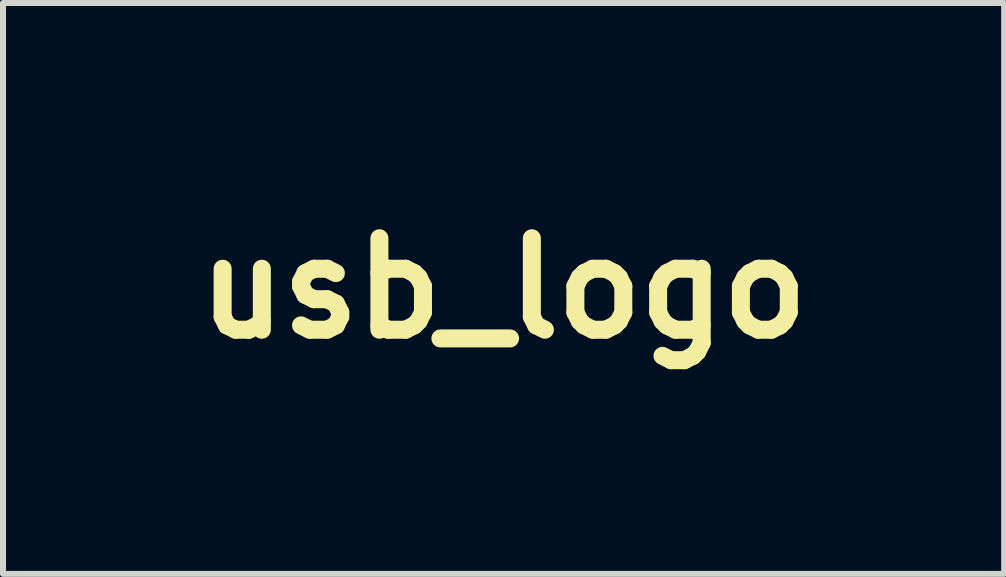
<source format=kicad_pcb>
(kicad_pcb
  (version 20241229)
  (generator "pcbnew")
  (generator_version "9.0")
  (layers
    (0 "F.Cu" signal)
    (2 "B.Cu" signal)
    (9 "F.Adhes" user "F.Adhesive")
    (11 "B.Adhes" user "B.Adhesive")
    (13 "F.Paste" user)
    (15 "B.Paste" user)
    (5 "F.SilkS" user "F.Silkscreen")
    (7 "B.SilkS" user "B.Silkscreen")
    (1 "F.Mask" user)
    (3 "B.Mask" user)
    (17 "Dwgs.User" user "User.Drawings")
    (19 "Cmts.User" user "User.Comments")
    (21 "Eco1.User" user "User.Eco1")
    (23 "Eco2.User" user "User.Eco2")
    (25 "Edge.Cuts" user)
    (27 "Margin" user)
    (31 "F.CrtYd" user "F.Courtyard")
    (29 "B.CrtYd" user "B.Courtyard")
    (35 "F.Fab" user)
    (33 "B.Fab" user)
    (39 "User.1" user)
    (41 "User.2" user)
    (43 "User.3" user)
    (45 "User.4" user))
  (footprint "usb_logo"
    (layer "F.Cu")
    (at 5.341 1.755)
    (property "Reference" "usb_logo" (at 0 0 0) (layer "F.SilkS") (effects (font (size 1.524 1.524) (thickness 0.3))))
    (attr through_hole)
    (fp_poly (pts (xy 1.129 -1.75) (xy 1.155 -1.749) (xy 1.175 -1.748) (xy 1.194 -1.746) (xy 1.213 -1.743) (xy 1.231 -1.739) (xy 1.302 -1.719) (xy 1.368 -1.693) (xy 1.428 -1.66) (xy 1.482 -1.622) (xy 1.529 -1.578) (xy 1.569 -1.53) (xy 1.6 -1.477) (xy 1.623 -1.421) (xy 1.63 -1.391) (xy 1.638 -1.332) (xy 1.636 -1.274) (xy 1.624 -1.217) (xy 1.604 -1.162) (xy 1.574 -1.11) (xy 1.537 -1.061) (xy 1.491 -1.017) (xy 1.438 -0.977) (xy 1.378 -0.943) (xy 1.335 -0.923) (xy 1.269 -0.901) (xy 1.199 -0.887) (xy 1.128 -0.88) (xy 1.056 -0.88) (xy 0.984 -0.888) (xy 0.914 -0.904) (xy 0.884 -0.913) (xy 0.825 -0.937) (xy 0.77 -0.967) (xy 0.718 -1.002) (xy 0.673 -1.042) (xy 0.634 -1.085) (xy 0.604 -1.13) (xy 0.595 -1.147) (xy 0.584 -1.17) (xy 0.086 -1.169) (xy -0.412 -1.168) (xy -0.458 -1.157) (xy -0.516 -1.14) (xy -0.569 -1.12) (xy -0.616 -1.098) (xy -0.622 -1.095) (xy -0.629 -1.091) (xy -0.636 -1.087) (xy -0.645 -1.081) (xy -0.654 -1.074) (xy -0.666 -1.065) (xy -0.68 -1.054) (xy -0.696 -1.041) (xy -0.716 -1.026) (xy -0.738 -1.007) (xy -0.764 -0.986) (xy -0.794 -0.961) (xy -0.829 -0.932) (xy -0.868 -0.899) (xy -0.912 -0.861) (xy -0.962 -0.819) (xy -1.018 -0.773) (xy -1.079 -0.72) (xy -1.147 -0.663) (xy -1.199 -0.619) (xy -1.261 -0.566) (xy -1.321 -0.516) (xy -1.378 -0.467) (xy -1.433 -0.42) (xy -1.485 -0.376) (xy -1.533 -0.335) (xy -1.578 -0.297) (xy -1.618 -0.263) (xy -1.654 -0.233) (xy -1.684 -0.207) (xy -1.709 -0.185) (xy -1.729 -0.169) (xy -1.742 -0.157) (xy -1.748 -0.152) (xy -1.749 -0.151) (xy -1.758 -0.142) (xy 3.825 -0.142) (xy 3.827 -0.322) (xy 3.828 -0.503) (xy 4.367 -0.253) (xy 4.436 -0.221) (xy 4.502 -0.191) (xy 4.566 -0.161) (xy 4.625 -0.133) (xy 4.681 -0.108) (xy 4.732 -0.084) (xy 4.778 -0.063) (xy 4.817 -0.044) (xy 4.851 -0.029) (xy 4.877 -0.016) (xy 4.896 -0.007) (xy 4.907 -0.002) (xy 4.91 -0.001) (xy 4.906 0.002) (xy 4.893 0.008) (xy 4.873 0.017) (xy 4.846 0.03) (xy 4.813 0.046) (xy 4.774 0.065) (xy 4.73 0.085) (xy 4.682 0.108) (xy 4.63 0.132) (xy 4.575 0.158) (xy 4.518 0.185) (xy 4.459 0.212) (xy 4.399 0.24) (xy 4.339 0.268) (xy 4.279 0.296) (xy 4.22 0.324) (xy 4.163 0.35) (xy 4.108 0.376) (xy 4.056 0.4) (xy 4.008 0.422) (xy 3.964 0.442) (xy 3.926 0.46) (xy 3.893 0.475) (xy 3.866 0.488) (xy 3.846 0.496) (xy 3.834 0.502) (xy 3.831 0.503) (xy 3.829 0.499) (xy 3.828 0.488) (xy 3.827 0.468) (xy 3.827 0.442) (xy 3.826 0.409) (xy 3.826 0.369) (xy 3.826 0.325) (xy 3.826 0.146) (xy -0.39 0.146) (xy -0.377 0.158) (xy -0.373 0.162) (xy -0.361 0.172) (xy -0.343 0.188) (xy -0.319 0.208) (xy -0.29 0.233) (xy -0.255 0.262) (xy -0.216 0.296) (xy -0.172 0.333) (xy -0.125 0.373) (xy -0.074 0.417) (xy -0.02 0.463) (xy 0.037 0.511) (xy 0.096 0.561) (xy 0.157 0.613) (xy 0.169 0.623) (xy 0.243 0.685) (xy 0.31 0.742) (xy 0.37 0.793) (xy 0.424 0.839) (xy 0.473 0.88) (xy 0.517 0.917) (xy 0.555 0.949) (xy 0.59 0.978) (xy 0.62 1.002) (xy 0.646 1.024) (xy 0.669 1.042) (xy 0.69 1.058) (xy 0.707 1.071) (xy 0.723 1.082) (xy 0.737 1.091) (xy 0.749 1.099) (xy 0.76 1.105) (xy 0.771 1.111) (xy 0.782 1.115) (xy 0.792 1.12) (xy 0.803 1.124) (xy 0.815 1.129) (xy 0.82 1.131) (xy 0.839 1.138) (xy 0.857 1.144) (xy 0.874 1.15) (xy 0.891 1.154) (xy 0.909 1.159) (xy 0.929 1.162) (xy 0.95 1.165) (xy 0.975 1.168) (xy 1.003 1.169) (xy 1.036 1.171) (xy 1.074 1.172) (xy 1.118 1.173) (xy 1.168 1.173) (xy 1.225 1.174) (xy 1.291 1.174) (xy 1.365 1.174) (xy 1.449 1.173) (xy 1.477 1.173) (xy 1.915 1.172) (xy 1.917 1.025) (xy 1.918 0.879) (xy 3.007 0.879) (xy 3.007 1.753) (xy 1.918 1.753) (xy 1.918 1.462) (xy 1.479 1.462) (xy 1.402 1.461) (xy 1.33 1.461) (xy 1.262 1.461) (xy 1.2 1.461) (xy 1.144 1.46) (xy 1.095 1.46) (xy 1.054 1.459) (xy 1.02 1.459) (xy 0.996 1.458) (xy 0.982 1.457) (xy 0.931 1.452) (xy 0.875 1.443) (xy 0.819 1.431) (xy 0.767 1.418) (xy 0.754 1.414) (xy 0.68 1.389) (xy 0.606 1.358) (xy 0.535 1.324) (xy 0.469 1.286) (xy 0.411 1.247) (xy 0.408 1.245) (xy 0.401 1.24) (xy 0.387 1.228) (xy 0.367 1.212) (xy 0.341 1.19) (xy 0.31 1.164) (xy 0.273 1.133) (xy 0.232 1.098) (xy 0.186 1.06) (xy 0.137 1.018) (xy 0.084 0.973) (xy 0.028 0.926) (xy -0.031 0.876) (xy -0.092 0.824) (xy -0.155 0.771) (xy -0.202 0.731) (xy -0.278 0.667) (xy -0.347 0.608) (xy -0.409 0.555) (xy -0.466 0.508) (xy -0.516 0.465) (xy -0.561 0.427) (xy -0.602 0.393) (xy -0.637 0.363) (xy -0.668 0.337) (xy -0.695 0.315) (xy -0.719 0.296) (xy -0.739 0.279) (xy -0.756 0.266) (xy -0.77 0.254) (xy -0.783 0.245) (xy -0.793 0.237) (xy -0.802 0.231) (xy -0.809 0.226) (xy -0.816 0.222) (xy -0.822 0.219) (xy -0.825 0.218) (xy -0.879 0.193) (xy -0.932 0.174) (xy -0.983 0.159) (xy -1.029 0.148) (xy -2.068 0.147) (xy -3.108 0.146) (xy -3.12 0.184) (xy -3.145 0.248) (xy -3.178 0.311) (xy -3.218 0.373) (xy -3.259 0.425) (xy -3.283 0.45) (xy -3.314 0.478) (xy -3.348 0.507) (xy -3.385 0.536) (xy -3.421 0.563) (xy -3.455 0.586) (xy -3.473 0.597) (xy -3.504 0.613) (xy -3.541 0.63) (xy -3.581 0.648) (xy -3.622 0.664) (xy -3.662 0.679) (xy -3.697 0.69) (xy -3.709 0.694) (xy -3.803 0.714) (xy -3.898 0.727) (xy -3.993 0.731) (xy -4.087 0.728) (xy -4.18 0.717) (xy -4.272 0.698) (xy -4.36 0.672) (xy -4.445 0.638) (xy -4.502 0.61) (xy -4.581 0.563) (xy -4.653 0.51) (xy -4.716 0.453) (xy -4.771 0.391) (xy -4.817 0.324) (xy -4.855 0.253) (xy -4.883 0.178) (xy -4.902 0.102) (xy -4.906 0.071) (xy -4.908 0.034) (xy -4.908 -0.006) (xy -4.907 -0.046) (xy -4.904 -0.085) (xy -4.899 -0.12) (xy -4.894 -0.144) (xy -4.868 -0.22) (xy -4.834 -0.292) (xy -4.791 -0.361) (xy -4.74 -0.425) (xy -4.682 -0.484) (xy -4.616 -0.537) (xy -4.544 -0.585) (xy -4.465 -0.627) (xy -4.381 -0.663) (xy -4.292 -0.692) (xy -4.197 -0.713) (xy -4.181 -0.716) (xy -4.143 -0.721) (xy -4.098 -0.725) (xy -4.049 -0.727) (xy -3.998 -0.728) (xy -3.948 -0.728) (xy -3.903 -0.726) (xy -3.873 -0.723) (xy -3.776 -0.707) (xy -3.684 -0.684) (xy -3.596 -0.654) (xy -3.513 -0.617) (xy -3.435 -0.572) (xy -3.364 -0.521) (xy -3.299 -0.463) (xy -3.242 -0.402) (xy -3.199 -0.345) (xy -3.163 -0.284) (xy -3.133 -0.218) (xy -3.112 -0.158) (xy -3.107 -0.144) (xy -2.77 -0.144) (xy -2.696 -0.144) (xy -2.632 -0.144) (xy -2.577 -0.144) (xy -2.53 -0.144) (xy -2.491 -0.145) (xy -2.46 -0.146) (xy -2.435 -0.146) (xy -2.417 -0.147) (xy -2.404 -0.148) (xy -2.399 -0.149) (xy -2.359 -0.157) (xy -2.316 -0.167) (xy -2.275 -0.18) (xy -2.252 -0.188) (xy -2.241 -0.193) (xy -2.231 -0.197) (xy -2.221 -0.201) (xy -2.212 -0.205) (xy -2.202 -0.21) (xy -2.191 -0.216) (xy -2.18 -0.223) (xy -2.167 -0.231) (xy -2.153 -0.242) (xy -2.137 -0.254) (xy -2.118 -0.268) (xy -2.096 -0.285) (xy -2.072 -0.305) (xy -2.044 -0.328) (xy -2.012 -0.354) (xy -1.976 -0.385) (xy -1.935 -0.419) (xy -1.889 -0.457) (xy -1.838 -0.5) (xy -1.781 -0.548) (xy -1.719 -0.602) (xy -1.65 -0.66) (xy -1.574 -0.725) (xy -1.571 -0.727) (xy -1.507 -0.781) (xy -1.444 -0.834) (xy -1.384 -0.885) (xy -1.326 -0.935) (xy -1.27 -0.981) (xy -1.218 -1.026) (xy -1.169 -1.067) (xy -1.124 -1.104) (xy -1.084 -1.138) (xy -1.049 -1.168) (xy -1.018 -1.193) (xy -0.994 -1.214) (xy -0.975 -1.229) (xy -0.963 -1.239) (xy -0.959 -1.242) (xy -0.885 -1.291) (xy -0.804 -1.336) (xy -0.718 -1.375) (xy -0.626 -1.408) (xy -0.532 -1.434) (xy -0.476 -1.446) (xy -0.468 -1.447) (xy -0.46 -1.449) (xy -0.451 -1.45) (xy -0.442 -1.451) (xy -0.43 -1.452) (xy -0.416 -1.453) (xy -0.399 -1.453) (xy -0.378 -1.454) (xy -0.353 -1.454) (xy -0.323 -1.455) (xy -0.286 -1.455) (xy -0.244 -1.455) (xy -0.194 -1.455) (xy -0.136 -1.456) (xy -0.07 -1.456) (xy 0.006 -1.456) (xy 0.076 -1.456) (xy 0.58 -1.458) (xy 0.603 -1.497) (xy 0.624 -1.53) (xy 0.646 -1.559) (xy 0.669 -1.585) (xy 0.698 -1.611) (xy 0.707 -1.618) (xy 0.762 -1.659) (xy 0.823 -1.693) (xy 0.89 -1.72) (xy 0.962 -1.739) (xy 0.963 -1.739) (xy 0.984 -1.744) (xy 1.003 -1.747) (xy 1.022 -1.749) (xy 1.044 -1.75) (xy 1.071 -1.75) (xy 1.096 -1.75) (xy 1.129 -1.75)) (stroke (width 0.01) (type solid)) (fill yes) (layer "F.Mask")))
  (gr_rect
    (start -3 -3)
    (end 13.683 6.513)
    (stroke (width 0.1) (type default))
    (fill no)
    (layer "Edge.Cuts")))
</source>
